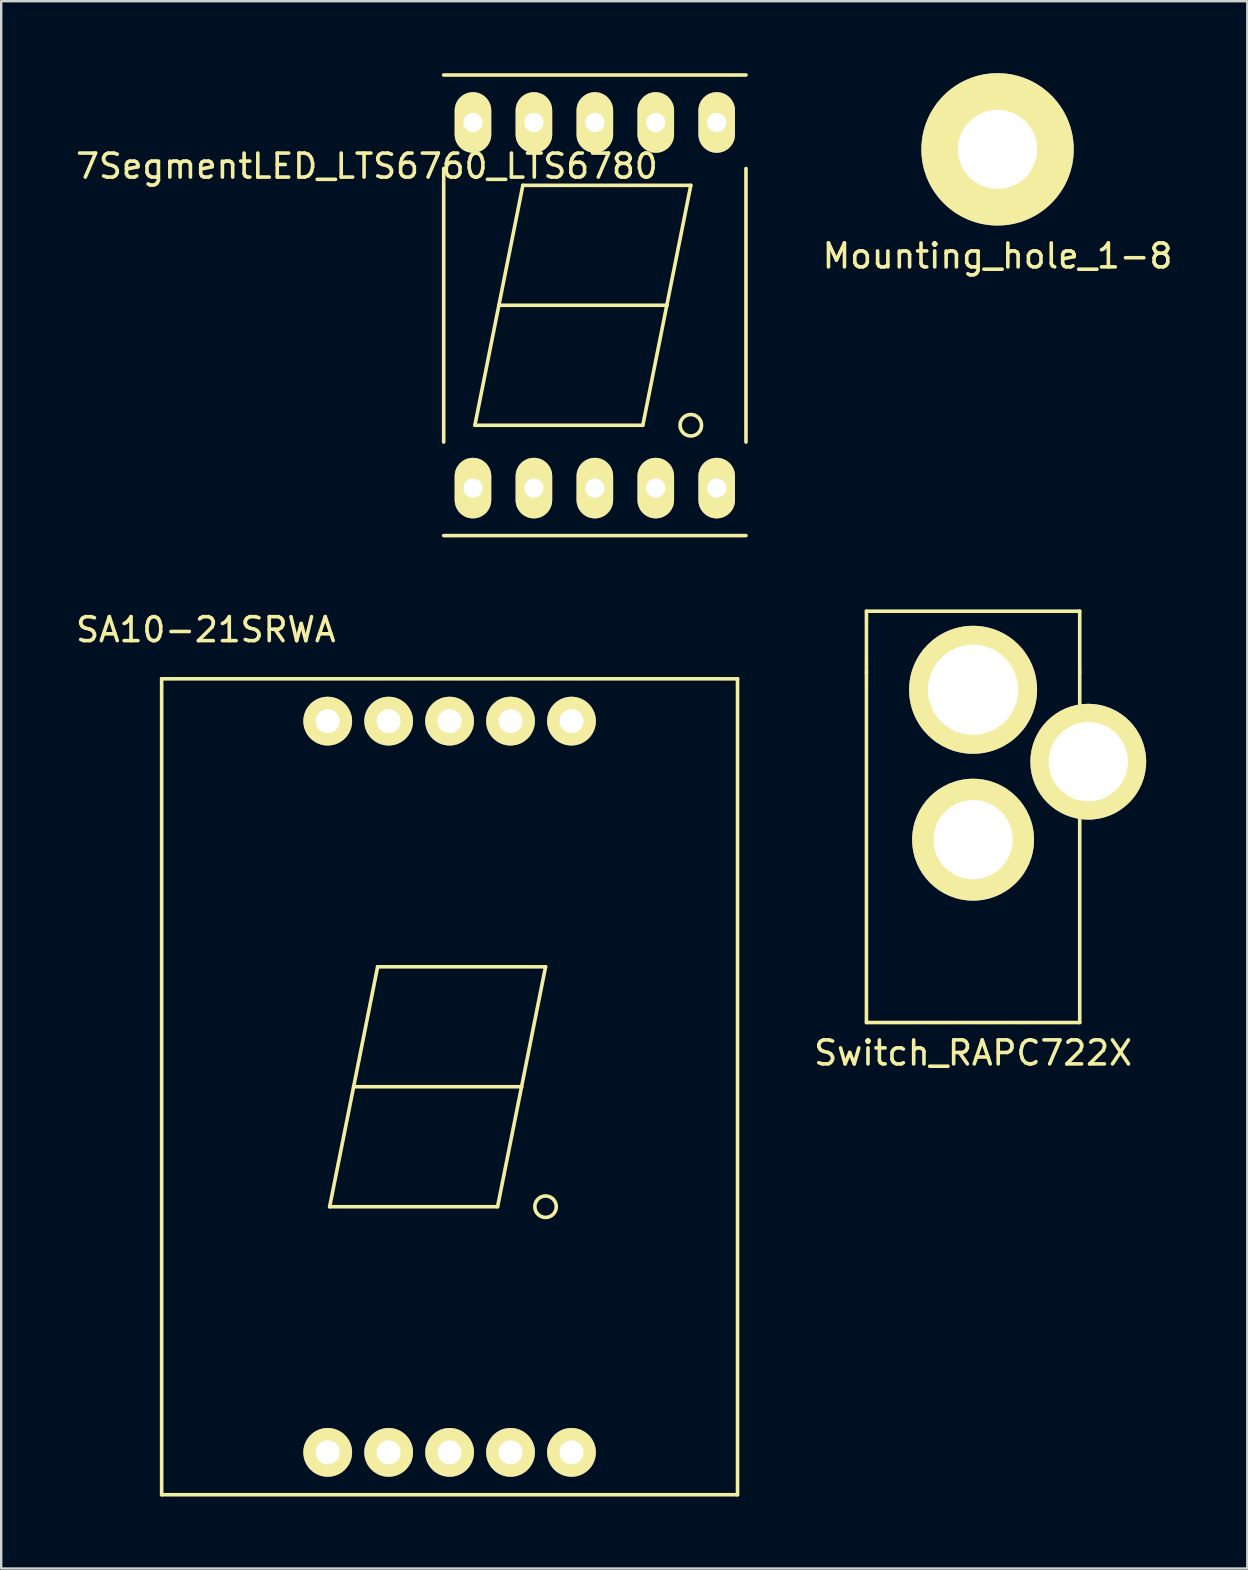
<source format=kicad_pcb>
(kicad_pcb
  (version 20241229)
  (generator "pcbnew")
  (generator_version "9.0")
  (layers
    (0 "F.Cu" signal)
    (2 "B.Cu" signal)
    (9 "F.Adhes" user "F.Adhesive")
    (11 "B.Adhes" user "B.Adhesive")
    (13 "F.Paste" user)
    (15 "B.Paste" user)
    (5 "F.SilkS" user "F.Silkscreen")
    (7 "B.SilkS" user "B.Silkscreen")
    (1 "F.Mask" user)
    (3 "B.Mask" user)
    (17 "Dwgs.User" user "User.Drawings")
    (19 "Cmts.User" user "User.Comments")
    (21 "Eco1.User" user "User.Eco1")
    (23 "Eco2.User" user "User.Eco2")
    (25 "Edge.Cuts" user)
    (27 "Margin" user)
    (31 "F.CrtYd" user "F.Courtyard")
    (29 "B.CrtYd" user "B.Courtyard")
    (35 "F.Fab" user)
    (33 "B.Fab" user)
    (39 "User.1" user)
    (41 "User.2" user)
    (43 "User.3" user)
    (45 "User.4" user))
  (footprint "SA10-21SRWA"
    (layer "F.Cu")
    (at 15.69 42.248)
    (property "Reference" "SA10-21SRWA" (at -10.16 -19.05 0) (layer "F.SilkS") (effects (font (size 1 1) (thickness 0.15))))
    (attr through_hole)
    (fp_line (start -12.002 -17.005) (end 12.002 -17.005) (stroke (width 0.15) (type solid)) (layer "F.SilkS"))
    (fp_line (start -12.002 17.005) (end -12.002 -17.005) (stroke (width 0.15) (type solid)) (layer "F.SilkS"))
    (fp_line (start -12.002 17.005) (end 12.002 17.005) (stroke (width 0.15) (type solid)) (layer "F.SilkS"))
    (fp_line (start -5 5) (end 2 5) (stroke (width 0.15) (type solid)) (layer "F.SilkS"))
    (fp_line (start -4 0) (end -5 5) (stroke (width 0.15) (type solid)) (layer "F.SilkS"))
    (fp_line (start -3 -5) (end -4 0) (stroke (width 0.15) (type solid)) (layer "F.SilkS"))
    (fp_line (start -3 -5) (end 4 -5) (stroke (width 0.15) (type solid)) (layer "F.SilkS"))
    (fp_line (start 2 5) (end 3 0) (stroke (width 0.15) (type solid)) (layer "F.SilkS"))
    (fp_line (start 3 0) (end -4 0) (stroke (width 0.15) (type solid)) (layer "F.SilkS"))
    (fp_line (start 4 -5) (end 3 0) (stroke (width 0.15) (type solid)) (layer "F.SilkS"))
    (fp_line (start 12.002 17.005) (end 12.002 -17.005) (stroke (width 0.15) (type solid)) (layer "F.SilkS"))
    (fp_circle (center 4 5) (end 4.4 5.2) (stroke (width 0.15) (type solid)) (fill no) (layer "F.SilkS"))
    (pad "1" thru_hole circle (at -5.08 15.24) (size 2.032 2.032) (drill 1) (layers "*.Cu" "*.Mask" "F.SilkS"))
    (pad "2" thru_hole circle (at -2.54 15.24) (size 2.032 2.032) (drill 1) (layers "*.Cu" "*.Mask" "F.SilkS"))
    (pad "3" thru_hole circle (at 0 15.24) (size 2.032 2.032) (drill 1) (layers "*.Cu" "*.Mask" "F.SilkS"))
    (pad "4" thru_hole circle (at 2.54 15.24) (size 2.032 2.032) (drill 1) (layers "*.Cu" "*.Mask" "F.SilkS"))
    (pad "5" thru_hole circle (at 5.08 15.24) (size 2.032 2.032) (drill 1) (layers "*.Cu" "*.Mask" "F.SilkS"))
    (pad "6" thru_hole circle (at 5.08 -15.24) (size 2.032 2.032) (drill 1) (layers "*.Cu" "*.Mask" "F.SilkS"))
    (pad "7" thru_hole circle (at 2.54 -15.24) (size 2.032 2.032) (drill 1) (layers "*.Cu" "*.Mask" "F.SilkS"))
    (pad "8" thru_hole circle (at 0 -15.24) (size 2.032 2.032) (drill 1) (layers "*.Cu" "*.Mask" "F.SilkS"))
    (pad "9" thru_hole circle (at -2.54 -15.24) (size 2.032 2.032) (drill 1) (layers "*.Cu" "*.Mask" "F.SilkS"))
    (pad "10" thru_hole circle (at -5.08 -15.24) (size 2.032 2.032) (drill 1) (layers "*.Cu" "*.Mask" "F.SilkS")))
  (footprint "Switch_RAPC722X"
    (layer "F.Cu")
    (at 37.51 31.95)
    (property "Reference" "Switch_RAPC722X" (at 0 8.89 0) (layer "F.SilkS") (effects (font (size 1 1) (thickness 0.15))))
    (attr through_hole)
    (fp_line (start -4.445 -9.525) (end 4.445 -9.525) (stroke (width 0.15) (type solid)) (layer "F.SilkS"))
    (fp_line (start -4.445 -6.985) (end -4.445 -9.525) (stroke (width 0.15) (type solid)) (layer "F.SilkS"))
    (fp_line (start -4.445 7.62) (end -4.445 -6.985) (stroke (width 0.15) (type solid)) (layer "F.SilkS"))
    (fp_line (start 4.445 -9.525) (end 4.445 -6.985) (stroke (width 0.15) (type solid)) (layer "F.SilkS"))
    (fp_line (start 4.445 7.62) (end -4.445 7.62) (stroke (width 0.15) (type solid)) (layer "F.SilkS"))
    (fp_line (start 4.445 7.62) (end 4.445 -6.985) (stroke (width 0.15) (type solid)) (layer "F.SilkS"))
    (pad "1" thru_hole circle (at 0 -6.248) (size 5.334 5.334) (drill 3.759) (layers "*.Cu" "*.Mask" "F.SilkS"))
    (pad "2" thru_hole circle (at 0 0) (size 5.08 5.08) (drill 3.302) (layers "*.Cu" "*.Mask" "F.SilkS"))
    (pad "3" thru_hole circle (at 4.801 -3.251) (size 4.826 4.826) (drill 3.302) (layers "*.Cu" "*.Mask" "F.SilkS")))
  (footprint "Mounting_hole_1-8"
    (layer "F.Cu")
    (at 38.53 3.175)
    (property "Reference" "Mounting_hole_1-8" (at 0 4.445 0) (layer "F.SilkS") (effects (font (size 1 1) (thickness 0.15))))
    (attr through_hole)
    (pad "1" thru_hole circle (at 0 0) (size 6.35 6.35) (drill 3.302) (layers "*.Cu" "*.Mask" "F.SilkS")))
  (footprint "7SegmentLED_LTS6760_LTS6780"
    (layer "F.Cu")
    (at 21.744 9.675)
    (property "Reference" "7SegmentLED_LTS6760_LTS6780" (at -9.5 -5.8 0) (layer "F.SilkS") (effects (font (size 1 1) (thickness 0.15))))
    (attr through_hole)
    (fp_line (start -6.3 -9.6) (end 6.3 -9.6) (stroke (width 0.15) (type solid)) (layer "F.SilkS"))
    (fp_line (start -6.3 -5.7) (end -6.3 5.7) (stroke (width 0.15) (type solid)) (layer "F.SilkS"))
    (fp_line (start -5 5) (end 2 5) (stroke (width 0.15) (type solid)) (layer "F.SilkS"))
    (fp_line (start -4 0) (end -5 5) (stroke (width 0.15) (type solid)) (layer "F.SilkS"))
    (fp_line (start -3 -5) (end -4 0) (stroke (width 0.15) (type solid)) (layer "F.SilkS"))
    (fp_line (start -3 -5) (end 4 -5) (stroke (width 0.15) (type solid)) (layer "F.SilkS"))
    (fp_line (start 2 5) (end 3 0) (stroke (width 0.15) (type solid)) (layer "F.SilkS"))
    (fp_line (start 3 0) (end -4 0) (stroke (width 0.15) (type solid)) (layer "F.SilkS"))
    (fp_line (start 4 -5) (end 3 0) (stroke (width 0.15) (type solid)) (layer "F.SilkS"))
    (fp_line (start 6.3 -5.7) (end 6.3 5.7) (stroke (width 0.15) (type solid)) (layer "F.SilkS"))
    (fp_line (start 6.3 9.6) (end -6.3 9.6) (stroke (width 0.15) (type solid)) (layer "F.SilkS"))
    (fp_circle (center 4 5) (end 4.4 5.2) (stroke (width 0.15) (type solid)) (fill no) (layer "F.SilkS"))
    (pad "1" thru_hole oval (at -5.08 7.62) (size 1.524 2.524) (drill 0.8) (layers "*.Cu" "*.Mask" "F.SilkS"))
    (pad "2" thru_hole oval (at -2.54 7.62) (size 1.524 2.524) (drill 0.8) (layers "*.Cu" "*.Mask" "F.SilkS"))
    (pad "3" thru_hole oval (at 0 7.62) (size 1.524 2.524) (drill 0.8) (layers "*.Cu" "*.Mask" "F.SilkS"))
    (pad "4" thru_hole oval (at 2.54 7.62) (size 1.524 2.524) (drill 0.8) (layers "*.Cu" "*.Mask" "F.SilkS"))
    (pad "5" thru_hole oval (at 5.08 7.62) (size 1.524 2.524) (drill 0.8) (layers "*.Cu" "*.Mask" "F.SilkS"))
    (pad "6" thru_hole oval (at 5.08 -7.62) (size 1.524 2.524) (drill 0.8) (layers "*.Cu" "*.Mask" "F.SilkS"))
    (pad "7" thru_hole oval (at 2.54 -7.62) (size 1.524 2.524) (drill 0.8) (layers "*.Cu" "*.Mask" "F.SilkS"))
    (pad "8" thru_hole oval (at 0 -7.62) (size 1.524 2.524) (drill 0.8) (layers "*.Cu" "*.Mask" "F.SilkS"))
    (pad "9" thru_hole oval (at -2.54 -7.62) (size 1.524 2.524) (drill 0.8) (layers "*.Cu" "*.Mask" "F.SilkS"))
    (pad "10" thru_hole oval (at -5.08 -7.62) (size 1.524 2.524) (drill 0.8) (layers "*.Cu" "*.Mask" "F.SilkS")))
  (gr_rect
    (start -3 -3)
    (end 48.94 62.329)
    (stroke (width 0.1) (type default))
    (fill no)
    (layer "Edge.Cuts")))
</source>
